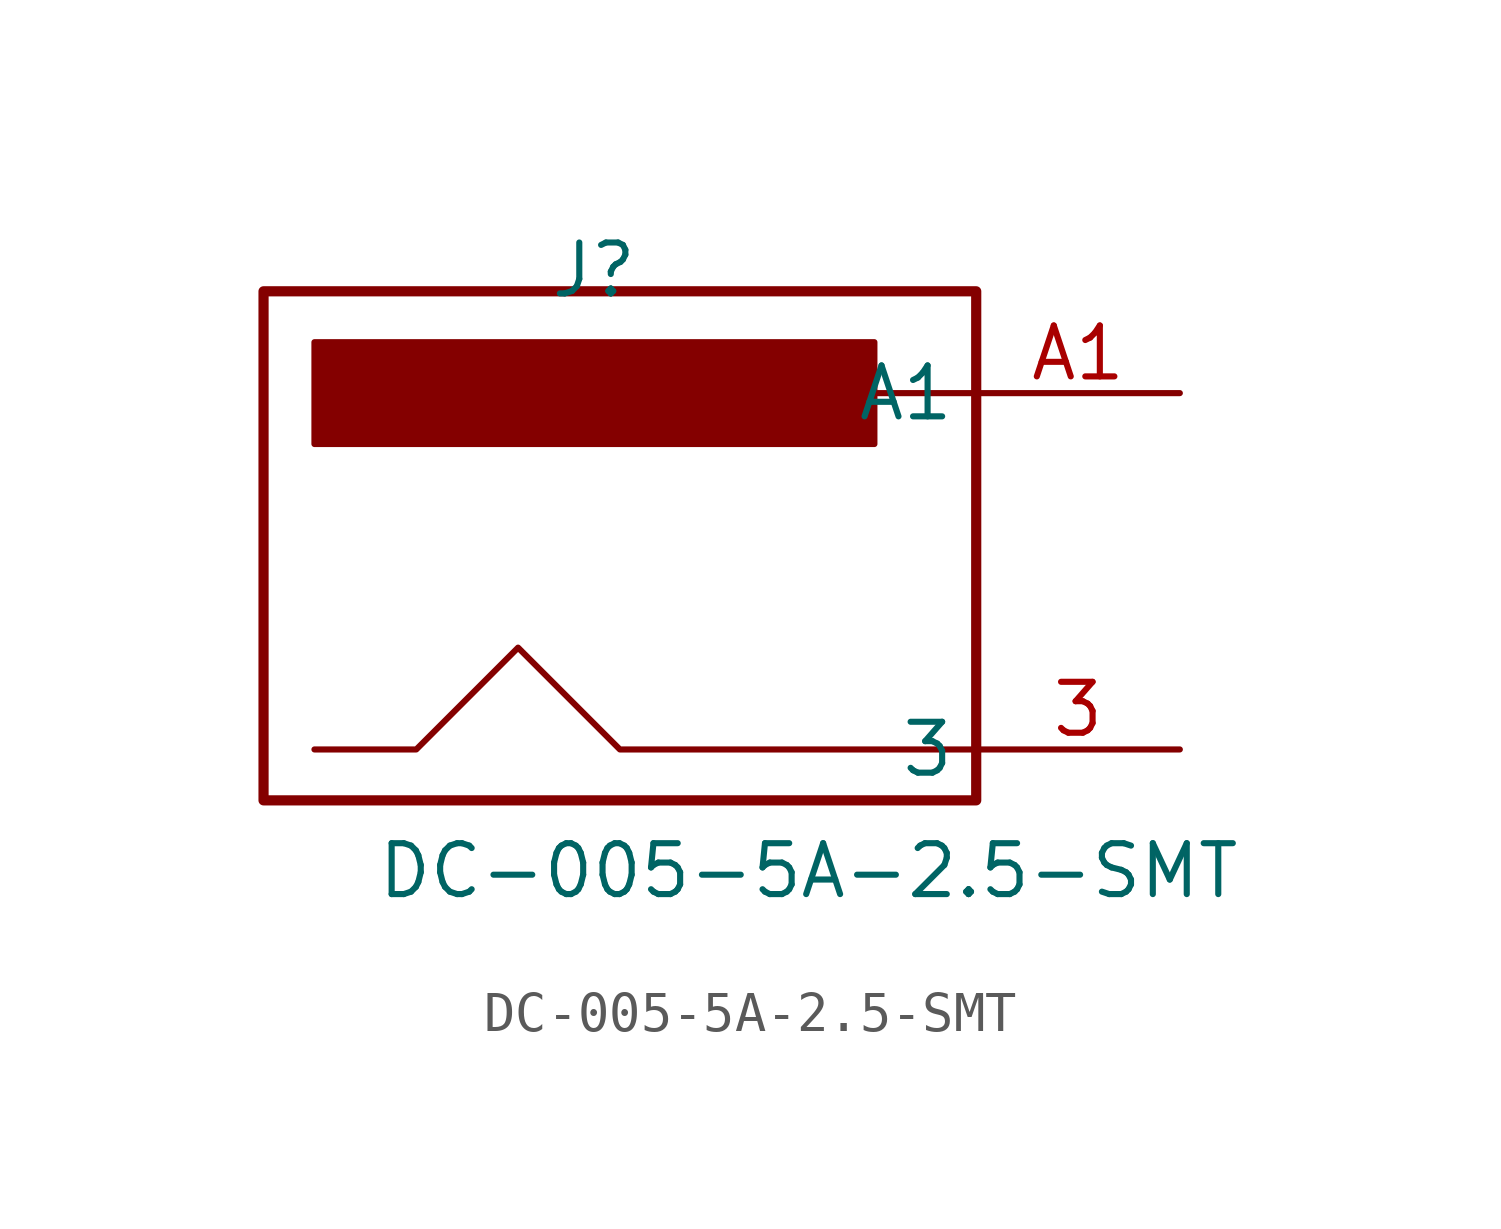
<source format=kicad_sym>
(kicad_symbol_lib
  (version 20241209)
  (generator "kicad_symbol_editor")
  (generator_version "9.0")
  (symbol "DC-005-5A-2.5-SMT"
    (property "Reference" "J"
      (at 7.112 3.81 0)
      (effects (font (size 1.27 1.27)) (justify left top)))
    (property "Value" "DC-005-5A-2.5-SMT"
      (at 2.794 -11.176 0)
      (effects (font (size 1.27 1.27)) (justify left top)))
    (symbol "DC-005-5A-2.5-SMT_0_1"
      (rectangle (start 1.27 1.27) (end 15.24 -1.27) (stroke (width 0) (type default)) (fill (type outline)))
      (polyline (pts (xy 1.27 -8.89) (xy 3.81 -8.89) (xy 6.35 -6.35) (xy 8.89 -8.89) (xy 17.78 -8.89)) (stroke (width 0) (type default)) (fill (type none)))
      (polyline (pts (xy 15.24 0) (xy 17.78 0)) (stroke (width 0) (type default)) (fill (type none))))
    (symbol "DC-005-5A-2.5-SMT_1_1"
      (rectangle (start 0 2.54) (end 17.78 -10.16) (stroke (width 0.254) (type default)) (fill (type none)))
      (pin passive line (at 22.86 0 180) (length 5.08) (name "A1" (effects (font (size 1.27 1.27)))) (number "A1" (effects (font (size 1.27 1.27)))))
      (pin passive line (at 22.86 0 180) (length 5.08) (hide yes) (name "B1" (effects (font (size 1.27 1.27)))) (number "B1" (effects (font (size 1.27 1.27)))))
      (pin passive line (at 22.86 -8.89 180) (length 5.08) (hide yes) (name "2" (effects (font (size 1.27 1.27)))) (number "2" (effects (font (size 1.27 1.27)))))
      (pin passive line (at 22.86 -8.89 180) (length 5.08) (name "3" (effects (font (size 1.27 1.27)))) (number "3" (effects (font (size 1.27 1.27))))))))
</source>
